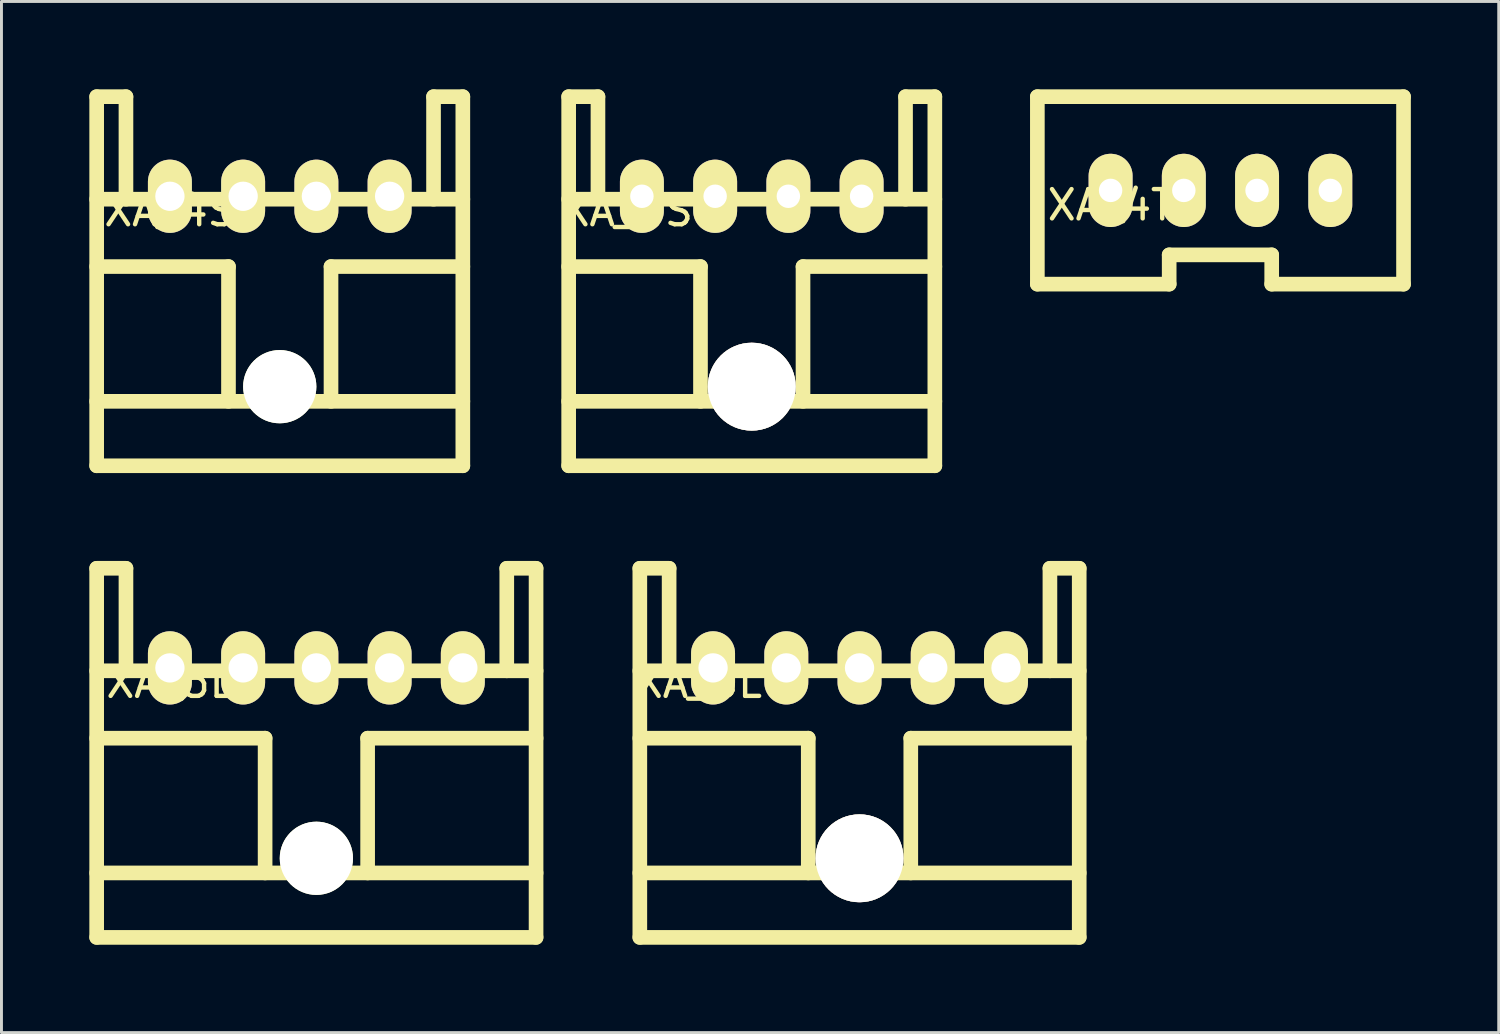
<source format=kicad_pcb>
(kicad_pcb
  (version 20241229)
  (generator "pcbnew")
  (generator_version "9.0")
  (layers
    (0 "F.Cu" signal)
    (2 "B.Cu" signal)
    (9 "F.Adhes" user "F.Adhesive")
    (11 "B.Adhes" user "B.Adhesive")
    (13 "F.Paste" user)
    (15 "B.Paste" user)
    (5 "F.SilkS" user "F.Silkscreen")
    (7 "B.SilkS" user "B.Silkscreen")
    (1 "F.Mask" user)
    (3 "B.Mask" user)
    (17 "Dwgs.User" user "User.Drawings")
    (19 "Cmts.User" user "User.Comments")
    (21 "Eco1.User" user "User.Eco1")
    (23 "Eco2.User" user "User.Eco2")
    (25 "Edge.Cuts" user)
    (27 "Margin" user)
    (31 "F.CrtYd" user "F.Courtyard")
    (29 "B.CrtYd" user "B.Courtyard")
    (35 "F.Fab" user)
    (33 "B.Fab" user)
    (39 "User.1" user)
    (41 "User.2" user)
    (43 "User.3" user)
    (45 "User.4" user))
  (footprint "XA_4SC"
    (layer "F.Cu")
    (at 18.863 3.65)
    (property "Reference" "XA_4SC" (at 0 0.5 0) (layer "F.SilkS") (effects (font (size 1 1) (thickness 0.15))))
    (attr through_hole)
    (fp_line (start -2.5 -3.4) (end -2.5 9.2) (stroke (width 0.5) (type solid)) (layer "F.SilkS"))
    (fp_line (start -2.5 -3.4) (end -1.5 -3.4) (stroke (width 0.5) (type solid)) (layer "F.SilkS"))
    (fp_line (start -2.5 7) (end 10 7) (stroke (width 0.5) (type solid)) (layer "F.SilkS"))
    (fp_line (start -1.5 -3.4) (end -1.5 0.1) (stroke (width 0.5) (type solid)) (layer "F.SilkS"))
    (fp_line (start 2 2.4) (end -2.5 2.4) (stroke (width 0.5) (type solid)) (layer "F.SilkS"))
    (fp_line (start 2 2.4) (end 2 7) (stroke (width 0.5) (type solid)) (layer "F.SilkS"))
    (fp_line (start 5.5 2.4) (end 5.5 7) (stroke (width 0.5) (type solid)) (layer "F.SilkS"))
    (fp_line (start 5.5 2.4) (end 10 2.4) (stroke (width 0.5) (type solid)) (layer "F.SilkS"))
    (fp_line (start 9 -3.4) (end 9 0.1) (stroke (width 0.5) (type solid)) (layer "F.SilkS"))
    (fp_line (start 10 -3.4) (end 9 -3.4) (stroke (width 0.5) (type solid)) (layer "F.SilkS"))
    (fp_line (start 10 -3.4) (end 10 9.2) (stroke (width 0.5) (type solid)) (layer "F.SilkS"))
    (fp_line (start 10 0.1) (end -2.5 0.1) (stroke (width 0.5) (type solid)) (layer "F.SilkS"))
    (fp_line (start 10 9.2) (end -2.5 9.2) (stroke (width 0.5) (type solid)) (layer "F.SilkS"))
    (pad "" thru_hole circle (at 3.75 6.5) (size 3 3) (drill 3) (layers "*.Cu" "*.Mask" "F.SilkS"))
    (pad "1" thru_hole oval (at 0 0) (size 1.5 2.5) (drill 0.8) (layers "*.Cu" "*.Mask" "F.SilkS"))
    (pad "2" thru_hole oval (at 2.5 0) (size 1.5 2.5) (drill 0.8) (layers "*.Cu" "*.Mask" "F.SilkS"))
    (pad "3" thru_hole oval (at 5 0) (size 1.5 2.5) (drill 0.8) (layers "*.Cu" "*.Mask" "F.SilkS"))
    (pad "4" thru_hole oval (at 7.5 0) (size 1.5 2.5) (drill 0.8) (layers "*.Cu" "*.Mask" "F.SilkS")))
  (footprint "XA_4S"
    (layer "F.Cu")
    (at 2.75 3.65)
    (property "Reference" "XA_4S" (at 0 0.5 0) (layer "F.SilkS") (effects (font (size 1 1) (thickness 0.15))))
    (attr through_hole)
    (fp_line (start -2.5 -3.4) (end -2.5 9.2) (stroke (width 0.5) (type solid)) (layer "F.SilkS"))
    (fp_line (start -2.5 -3.4) (end -1.5 -3.4) (stroke (width 0.5) (type solid)) (layer "F.SilkS"))
    (fp_line (start -2.5 7) (end 10 7) (stroke (width 0.5) (type solid)) (layer "F.SilkS"))
    (fp_line (start -1.5 -3.4) (end -1.5 0.1) (stroke (width 0.5) (type solid)) (layer "F.SilkS"))
    (fp_line (start 2 2.4) (end -2.5 2.4) (stroke (width 0.5) (type solid)) (layer "F.SilkS"))
    (fp_line (start 2 2.4) (end 2 7) (stroke (width 0.5) (type solid)) (layer "F.SilkS"))
    (fp_line (start 5.5 2.4) (end 5.5 7) (stroke (width 0.5) (type solid)) (layer "F.SilkS"))
    (fp_line (start 5.5 2.4) (end 10 2.4) (stroke (width 0.5) (type solid)) (layer "F.SilkS"))
    (fp_line (start 9 -3.4) (end 9 0.1) (stroke (width 0.5) (type solid)) (layer "F.SilkS"))
    (fp_line (start 10 -3.4) (end 9 -3.4) (stroke (width 0.5) (type solid)) (layer "F.SilkS"))
    (fp_line (start 10 -3.4) (end 10 9.2) (stroke (width 0.5) (type solid)) (layer "F.SilkS"))
    (fp_line (start 10 0.1) (end -2.5 0.1) (stroke (width 0.5) (type solid)) (layer "F.SilkS"))
    (fp_line (start 10 9.2) (end -2.5 9.2) (stroke (width 0.5) (type solid)) (layer "F.SilkS"))
    (pad "" np_thru_hole circle (at 3.75 6.5) (size 2.5 2.5) (drill 2.5) (layers "*.Cu" "*.Mask" "F.SilkS"))
    (pad "1" thru_hole oval (at 0 0) (size 1.5 2.5) (drill 1) (layers "*.Cu" "*.Mask" "F.SilkS"))
    (pad "2" thru_hole oval (at 2.5 0) (size 1.5 2.5) (drill 1) (layers "*.Cu" "*.Mask" "F.SilkS"))
    (pad "3" thru_hole oval (at 5 0) (size 1.5 2.5) (drill 1) (layers "*.Cu" "*.Mask" "F.SilkS"))
    (pad "4" thru_hole oval (at 7.5 0) (size 1.5 2.5) (drill 1) (layers "*.Cu" "*.Mask" "F.SilkS")))
  (footprint "XA_4T"
    (layer "F.Cu")
    (at 34.863 3.45)
    (property "Reference" "XA_4T" (at 0 0.5 0) (layer "F.SilkS") (effects (font (size 1 1) (thickness 0.15))))
    (attr through_hole)
    (fp_line (start -2.5 -3.2) (end -2.5 3.2) (stroke (width 0.5) (type solid)) (layer "F.SilkS"))
    (fp_line (start -2.5 3.2) (end 2 3.2) (stroke (width 0.5) (type solid)) (layer "F.SilkS"))
    (fp_line (start 2 2.2) (end 5.5 2.2) (stroke (width 0.5) (type solid)) (layer "F.SilkS"))
    (fp_line (start 2 3.2) (end 2 2.2) (stroke (width 0.5) (type solid)) (layer "F.SilkS"))
    (fp_line (start 5.5 2.2) (end 5.5 3.2) (stroke (width 0.5) (type solid)) (layer "F.SilkS"))
    (fp_line (start 5.5 3.2) (end 10 3.2) (stroke (width 0.5) (type solid)) (layer "F.SilkS"))
    (fp_line (start 10 -3.2) (end -2.5 -3.2) (stroke (width 0.5) (type solid)) (layer "F.SilkS"))
    (fp_line (start 10 3.2) (end 10 -3.2) (stroke (width 0.5) (type solid)) (layer "F.SilkS"))
    (pad "1" thru_hole oval (at 7.5 0) (size 1.5 2.5) (drill 0.8) (layers "*.Cu" "*.Mask" "F.SilkS"))
    (pad "2" thru_hole oval (at 5 0) (size 1.5 2.5) (drill 0.8) (layers "*.Cu" "*.Mask" "F.SilkS"))
    (pad "3" thru_hole oval (at 2.5 0) (size 1.5 2.5) (drill 0.8) (layers "*.Cu" "*.Mask" "F.SilkS"))
    (pad "4" thru_hole oval (at 0 0) (size 1.5 2.5) (drill 0.8) (layers "*.Cu" "*.Mask" "F.SilkS")))
  (footprint "XA_5LC"
    (layer "F.Cu")
    (at 21.292 19.75)
    (property "Reference" "XA_5LC" (at 0 0.5 0) (layer "F.SilkS") (effects (font (size 1 1) (thickness 0.15))))
    (attr through_hole)
    (fp_line (start -2.5 -3.4) (end -2.5 9.2) (stroke (width 0.5) (type solid)) (layer "F.SilkS"))
    (fp_line (start -2.5 -3.4) (end -1.5 -3.4) (stroke (width 0.5) (type solid)) (layer "F.SilkS"))
    (fp_line (start -2.5 0.1) (end 12.5 0.1) (stroke (width 0.5) (type solid)) (layer "F.SilkS"))
    (fp_line (start -2.5 7) (end 12.5 7) (stroke (width 0.5) (type solid)) (layer "F.SilkS"))
    (fp_line (start -1.5 -3.4) (end -1.5 0.1) (stroke (width 0.5) (type solid)) (layer "F.SilkS"))
    (fp_line (start 3.25 2.4) (end -2.5 2.4) (stroke (width 0.5) (type solid)) (layer "F.SilkS"))
    (fp_line (start 3.25 2.4) (end 3.25 7) (stroke (width 0.5) (type solid)) (layer "F.SilkS"))
    (fp_line (start 6.75 2.4) (end 6.75 7) (stroke (width 0.5) (type solid)) (layer "F.SilkS"))
    (fp_line (start 6.75 2.4) (end 12.5 2.4) (stroke (width 0.5) (type solid)) (layer "F.SilkS"))
    (fp_line (start 11.5 -3.4) (end 11.5 0.1) (stroke (width 0.5) (type solid)) (layer "F.SilkS"))
    (fp_line (start 12.5 -3.4) (end 11.5 -3.4) (stroke (width 0.5) (type solid)) (layer "F.SilkS"))
    (fp_line (start 12.5 -3.4) (end 12.5 9.2) (stroke (width 0.5) (type solid)) (layer "F.SilkS"))
    (fp_line (start 12.5 9.2) (end -2.5 9.2) (stroke (width 0.5) (type solid)) (layer "F.SilkS"))
    (pad "" thru_hole circle (at 5 6.5) (size 3 3) (drill 3) (layers "*.Cu" "*.Mask" "F.SilkS"))
    (pad "1" thru_hole oval (at 0 0) (size 1.5 2.5) (drill 1) (layers "*.Cu" "*.Mask" "F.SilkS"))
    (pad "2" thru_hole oval (at 2.5 0) (size 1.5 2.5) (drill 1) (layers "*.Cu" "*.Mask" "F.SilkS"))
    (pad "3" thru_hole oval (at 5 0) (size 1.5 2.5) (drill 1) (layers "*.Cu" "*.Mask" "F.SilkS"))
    (pad "4" thru_hole oval (at 7.5 0) (size 1.5 2.5) (drill 1) (layers "*.Cu" "*.Mask" "F.SilkS"))
    (pad "5" thru_hole oval (at 10 0) (size 1.5 2.5) (drill 1) (layers "*.Cu" "*.Mask" "F.SilkS")))
  (footprint "XA_5L"
    (layer "F.Cu")
    (at 2.75 19.75)
    (property "Reference" "XA_5L" (at 0 0.5 0) (layer "F.SilkS") (effects (font (size 1 1) (thickness 0.15))))
    (attr through_hole)
    (fp_line (start -2.5 -3.4) (end -2.5 9.2) (stroke (width 0.5) (type solid)) (layer "F.SilkS"))
    (fp_line (start -2.5 -3.4) (end -1.5 -3.4) (stroke (width 0.5) (type solid)) (layer "F.SilkS"))
    (fp_line (start -2.5 0.1) (end 12.5 0.1) (stroke (width 0.5) (type solid)) (layer "F.SilkS"))
    (fp_line (start -2.5 7) (end 12.5 7) (stroke (width 0.5) (type solid)) (layer "F.SilkS"))
    (fp_line (start -1.5 -3.4) (end -1.5 0.1) (stroke (width 0.5) (type solid)) (layer "F.SilkS"))
    (fp_line (start 3.25 2.4) (end -2.5 2.4) (stroke (width 0.5) (type solid)) (layer "F.SilkS"))
    (fp_line (start 3.25 2.4) (end 3.25 7) (stroke (width 0.5) (type solid)) (layer "F.SilkS"))
    (fp_line (start 6.75 2.4) (end 6.75 7) (stroke (width 0.5) (type solid)) (layer "F.SilkS"))
    (fp_line (start 6.75 2.4) (end 12.5 2.4) (stroke (width 0.5) (type solid)) (layer "F.SilkS"))
    (fp_line (start 11.5 -3.4) (end 11.5 0.1) (stroke (width 0.5) (type solid)) (layer "F.SilkS"))
    (fp_line (start 12.5 -3.4) (end 11.5 -3.4) (stroke (width 0.5) (type solid)) (layer "F.SilkS"))
    (fp_line (start 12.5 -3.4) (end 12.5 9.2) (stroke (width 0.5) (type solid)) (layer "F.SilkS"))
    (fp_line (start 12.5 9.2) (end -2.5 9.2) (stroke (width 0.5) (type solid)) (layer "F.SilkS"))
    (pad "" np_thru_hole circle (at 5 6.5) (size 2.5 2.5) (drill 2.5) (layers "*.Cu" "*.Mask" "F.SilkS"))
    (pad "1" thru_hole oval (at 0 0) (size 1.5 2.5) (drill 1) (layers "*.Cu" "*.Mask" "F.SilkS"))
    (pad "2" thru_hole oval (at 2.5 0) (size 1.5 2.5) (drill 1) (layers "*.Cu" "*.Mask" "F.SilkS"))
    (pad "3" thru_hole oval (at 5 0) (size 1.5 2.5) (drill 1) (layers "*.Cu" "*.Mask" "F.SilkS"))
    (pad "4" thru_hole oval (at 7.5 0) (size 1.5 2.5) (drill 1) (layers "*.Cu" "*.Mask" "F.SilkS"))
    (pad "5" thru_hole oval (at 10 0) (size 1.5 2.5) (drill 1) (layers "*.Cu" "*.Mask" "F.SilkS")))
  (gr_rect
    (start -3 -3)
    (end 48.113 32.2)
    (stroke (width 0.1) (type default))
    (fill no)
    (layer "Edge.Cuts")))
</source>
